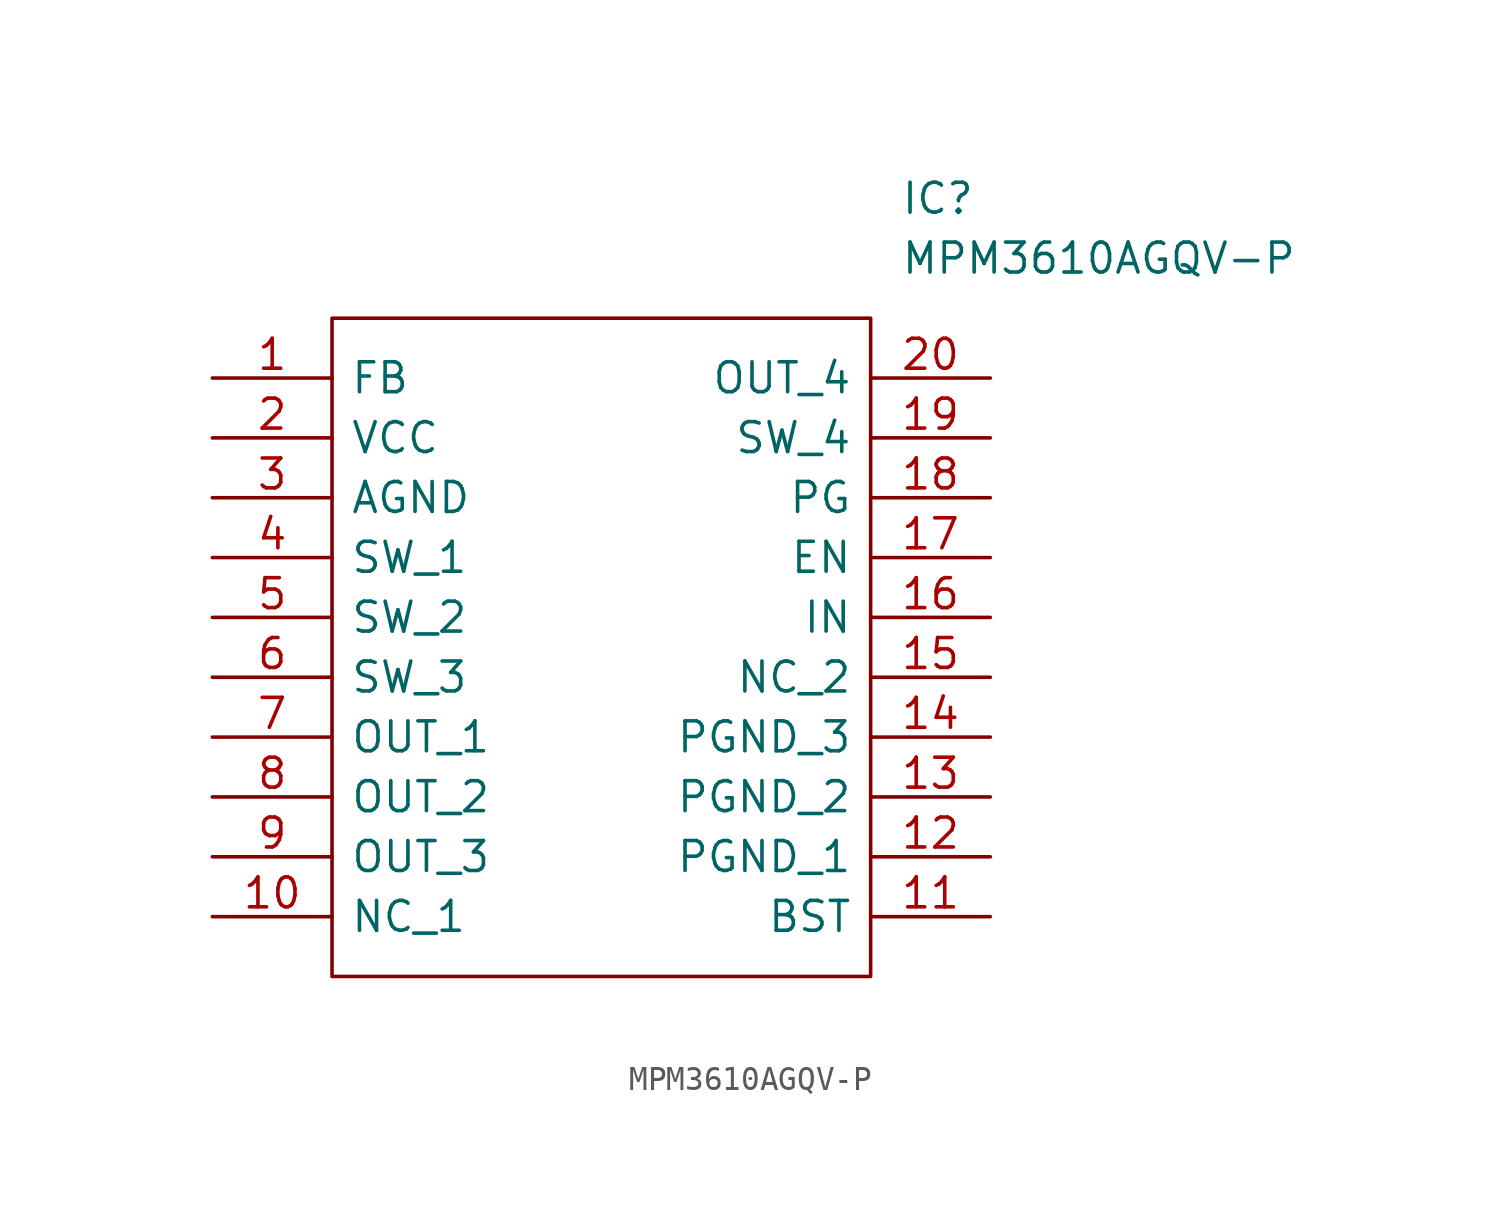
<source format=kicad_sym>
(kicad_symbol_lib
  (version 20231120)
  (generator "kicad_symbol_editor")
  (generator_version "8.0")
  (symbol "MPM3610AGQV-P"
    (pin_names
      (offset 0.762))
    (property "Reference" "IC"
      (at 29.21 7.62 0)
      (effects (font (size 1.27 1.27)) (justify left)))
    (property "Value" "MPM3610AGQV-P"
      (at 29.21 5.08 0)
      (effects (font (size 1.27 1.27)) (justify left)))
    (symbol "MPM3610AGQV-P_0_0"
      (pin passive line (at 0 0 0) (length 5.08) (name "FB" (effects (font (size 1.27 1.27)))) (number "1" (effects (font (size 1.27 1.27)))))
      (pin passive line (at 0 -22.86 0) (length 5.08) (name "NC_1" (effects (font (size 1.27 1.27)))) (number "10" (effects (font (size 1.27 1.27)))))
      (pin passive line (at 33.02 -22.86 180) (length 5.08) (name "BST" (effects (font (size 1.27 1.27)))) (number "11" (effects (font (size 1.27 1.27)))))
      (pin passive line (at 33.02 -20.32 180) (length 5.08) (name "PGND_1" (effects (font (size 1.27 1.27)))) (number "12" (effects (font (size 1.27 1.27)))))
      (pin passive line (at 33.02 -17.78 180) (length 5.08) (name "PGND_2" (effects (font (size 1.27 1.27)))) (number "13" (effects (font (size 1.27 1.27)))))
      (pin passive line (at 33.02 -15.24 180) (length 5.08) (name "PGND_3" (effects (font (size 1.27 1.27)))) (number "14" (effects (font (size 1.27 1.27)))))
      (pin passive line (at 33.02 -12.7 180) (length 5.08) (name "NC_2" (effects (font (size 1.27 1.27)))) (number "15" (effects (font (size 1.27 1.27)))))
      (pin passive line (at 33.02 -10.16 180) (length 5.08) (name "IN" (effects (font (size 1.27 1.27)))) (number "16" (effects (font (size 1.27 1.27)))))
      (pin passive line (at 33.02 -7.62 180) (length 5.08) (name "EN" (effects (font (size 1.27 1.27)))) (number "17" (effects (font (size 1.27 1.27)))))
      (pin passive line (at 33.02 -5.08 180) (length 5.08) (name "PG" (effects (font (size 1.27 1.27)))) (number "18" (effects (font (size 1.27 1.27)))))
      (pin passive line (at 33.02 -2.54 180) (length 5.08) (name "SW_4" (effects (font (size 1.27 1.27)))) (number "19" (effects (font (size 1.27 1.27)))))
      (pin passive line (at 0 -2.54 0) (length 5.08) (name "VCC" (effects (font (size 1.27 1.27)))) (number "2" (effects (font (size 1.27 1.27)))))
      (pin passive line (at 33.02 0 180) (length 5.08) (name "OUT_4" (effects (font (size 1.27 1.27)))) (number "20" (effects (font (size 1.27 1.27)))))
      (pin passive line (at 0 -5.08 0) (length 5.08) (name "AGND" (effects (font (size 1.27 1.27)))) (number "3" (effects (font (size 1.27 1.27)))))
      (pin passive line (at 0 -7.62 0) (length 5.08) (name "SW_1" (effects (font (size 1.27 1.27)))) (number "4" (effects (font (size 1.27 1.27)))))
      (pin passive line (at 0 -10.16 0) (length 5.08) (name "SW_2" (effects (font (size 1.27 1.27)))) (number "5" (effects (font (size 1.27 1.27)))))
      (pin passive line (at 0 -12.7 0) (length 5.08) (name "SW_3" (effects (font (size 1.27 1.27)))) (number "6" (effects (font (size 1.27 1.27)))))
      (pin passive line (at 0 -15.24 0) (length 5.08) (name "OUT_1" (effects (font (size 1.27 1.27)))) (number "7" (effects (font (size 1.27 1.27)))))
      (pin passive line (at 0 -17.78 0) (length 5.08) (name "OUT_2" (effects (font (size 1.27 1.27)))) (number "8" (effects (font (size 1.27 1.27)))))
      (pin passive line (at 0 -20.32 0) (length 5.08) (name "OUT_3" (effects (font (size 1.27 1.27)))) (number "9" (effects (font (size 1.27 1.27))))))
    (symbol "MPM3610AGQV-P_0_1"
      (polyline (pts (xy 5.08 2.54) (xy 27.94 2.54) (xy 27.94 -25.4) (xy 5.08 -25.4) (xy 5.08 2.54)) (stroke (width 0.152) (type default)) (fill (type none))))))
</source>
